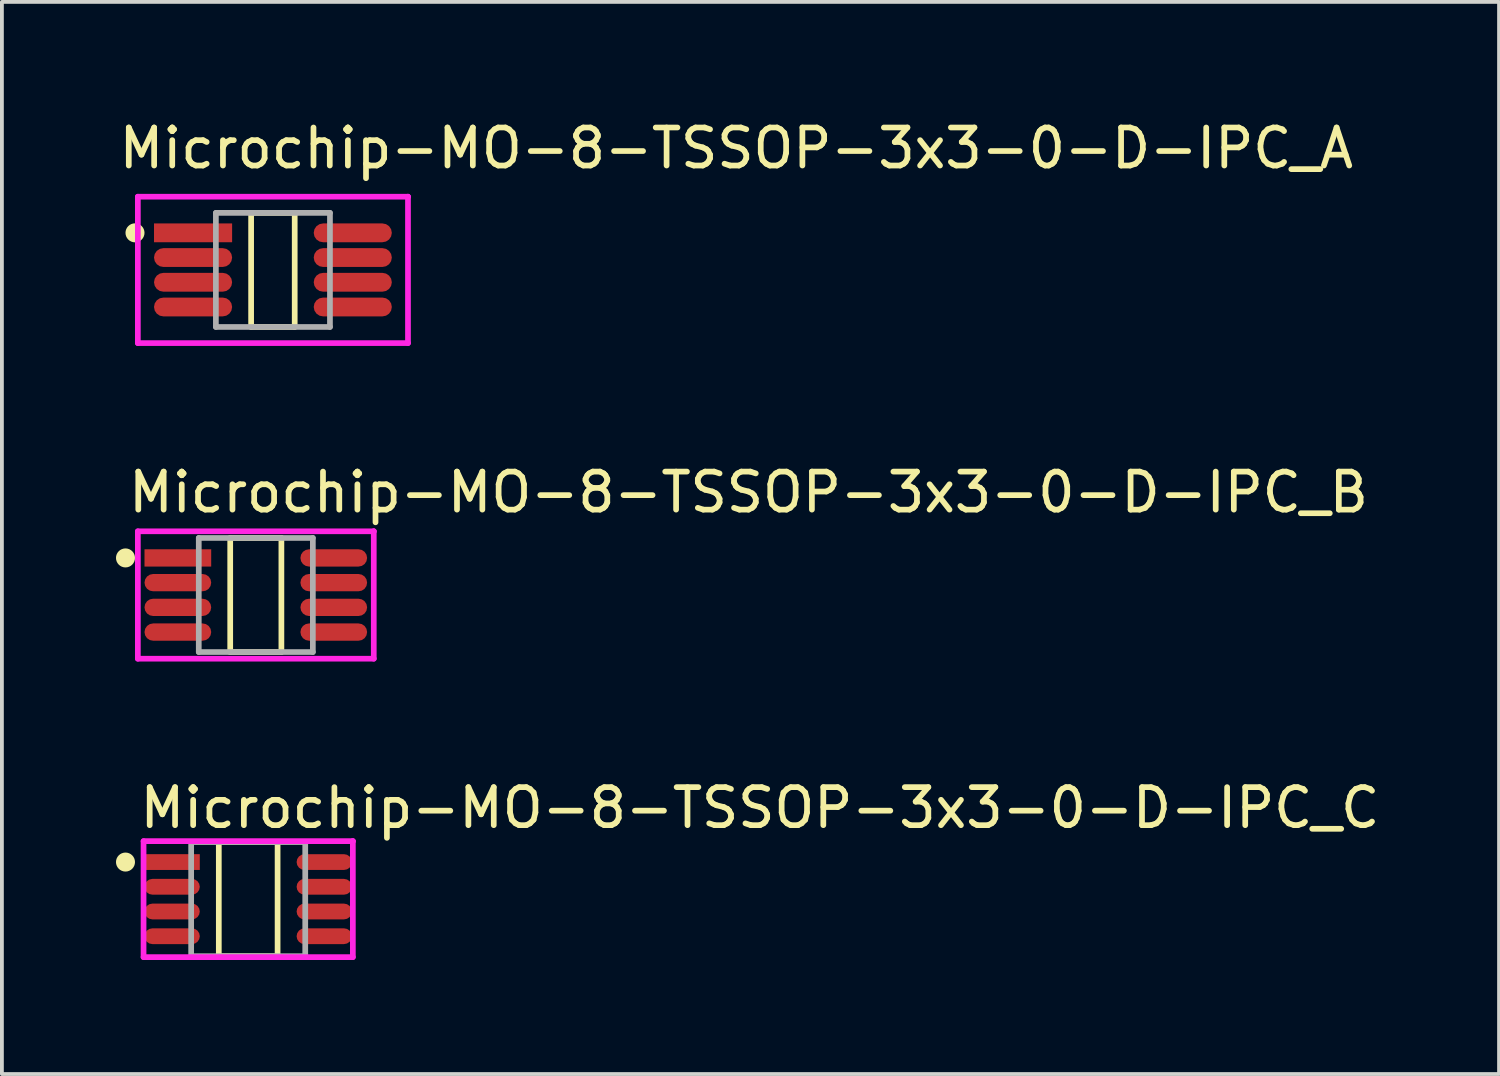
<source format=kicad_pcb>
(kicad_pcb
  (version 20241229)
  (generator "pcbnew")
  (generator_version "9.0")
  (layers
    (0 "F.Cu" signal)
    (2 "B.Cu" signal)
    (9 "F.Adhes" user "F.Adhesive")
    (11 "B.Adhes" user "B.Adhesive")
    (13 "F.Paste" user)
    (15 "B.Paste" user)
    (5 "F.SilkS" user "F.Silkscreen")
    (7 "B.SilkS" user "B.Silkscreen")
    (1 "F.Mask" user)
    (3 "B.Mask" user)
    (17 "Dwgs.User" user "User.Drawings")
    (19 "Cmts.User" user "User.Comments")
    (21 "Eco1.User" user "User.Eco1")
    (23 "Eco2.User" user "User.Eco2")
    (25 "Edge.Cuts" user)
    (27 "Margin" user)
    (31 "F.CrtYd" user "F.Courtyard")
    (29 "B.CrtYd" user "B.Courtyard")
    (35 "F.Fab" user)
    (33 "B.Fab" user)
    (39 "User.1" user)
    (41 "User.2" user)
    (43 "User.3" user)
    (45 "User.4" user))
  (footprint "Microchip-MO-8-TSSOP-3x3-0-D-IPC_C"
    (layer "F.Cu")
    (at 3.477 20.595)
    (property "Reference" "Microchip-MO-8-TSSOP-3x3-0-D-IPC_C" (at -2.927 -2.4 0) (layer "F.SilkS") (effects (font (size 1 1) (thickness 0.15)) (justify left)))
    (attr through_hole)
    (fp_line (start -0.773 -1.5) (end 0.773 -1.5) (stroke (width 0.15) (type solid)) (layer "F.SilkS"))
    (fp_line (start -0.773 1.5) (end -0.773 -1.5) (stroke (width 0.15) (type solid)) (layer "F.SilkS"))
    (fp_line (start 0.773 -1.5) (end 0.773 1.5) (stroke (width 0.15) (type solid)) (layer "F.SilkS"))
    (fp_line (start 0.773 1.5) (end -0.773 1.5) (stroke (width 0.15) (type solid)) (layer "F.SilkS"))
    (fp_circle (center -3.227 -0.975) (end -3.102 -0.975) (stroke (width 0.25) (type solid)) (fill no) (layer "F.SilkS"))
    (fp_line (start -2.752 -1.525) (end -2.752 1.525) (stroke (width 0.15) (type solid)) (layer "F.CrtYd"))
    (fp_line (start -2.752 1.525) (end 2.752 1.525) (stroke (width 0.15) (type solid)) (layer "F.CrtYd"))
    (fp_line (start 2.752 -1.525) (end -2.752 -1.525) (stroke (width 0.15) (type solid)) (layer "F.CrtYd"))
    (fp_line (start 2.752 -1.525) (end 2.752 -1.525) (stroke (width 0.15) (type solid)) (layer "F.CrtYd"))
    (fp_line (start 2.752 1.525) (end 2.752 -1.525) (stroke (width 0.15) (type solid)) (layer "F.CrtYd"))
    (fp_line (start -1.5 -1.5) (end 1.5 -1.5) (stroke (width 0.15) (type solid)) (layer "F.Fab"))
    (fp_line (start -1.5 1.5) (end -1.5 -1.5) (stroke (width 0.15) (type solid)) (layer "F.Fab"))
    (fp_line (start 1.5 -1.5) (end 1.5 1.5) (stroke (width 0.15) (type solid)) (layer "F.Fab"))
    (fp_line (start 1.5 1.5) (end -1.5 1.5) (stroke (width 0.15) (type solid)) (layer "F.Fab"))
    (pad "1" smd rect (at -2 -0.975) (size 1.454 0.415) (layers "F.Cu" "F.Mask" "F.Paste"))
    (pad "2" smd roundrect (at -2 -0.325) (size 1.454 0.415) (layers "F.Cu" "F.Mask" "F.Paste") (roundrect_rratio 0.5))
    (pad "3" smd roundrect (at -2 0.325) (size 1.454 0.415) (layers "F.Cu" "F.Mask" "F.Paste") (roundrect_rratio 0.5))
    (pad "4" smd roundrect (at -2 0.975) (size 1.454 0.415) (layers "F.Cu" "F.Mask" "F.Paste") (roundrect_rratio 0.5))
    (pad "5" smd roundrect (at 2 0.975) (size 1.454 0.415) (layers "F.Cu" "F.Mask" "F.Paste") (roundrect_rratio 0.5))
    (pad "6" smd roundrect (at 2 0.325) (size 1.454 0.415) (layers "F.Cu" "F.Mask" "F.Paste") (roundrect_rratio 0.5))
    (pad "7" smd roundrect (at 2 -0.325) (size 1.454 0.415) (layers "F.Cu" "F.Mask" "F.Paste") (roundrect_rratio 0.5))
    (pad "8" smd roundrect (at 2 -0.975) (size 1.454 0.415) (layers "F.Cu" "F.Mask" "F.Paste") (roundrect_rratio 0.5)))
  (footprint "Microchip-MO-8-TSSOP-3x3-0-D-IPC_B"
    (layer "F.Cu")
    (at 3.677 12.597)
    (property "Reference" "Microchip-MO-8-TSSOP-3x3-0-D-IPC_B" (at -3.427 -2.7 0) (layer "F.SilkS") (effects (font (size 1 1) (thickness 0.15)) (justify left)))
    (attr through_hole)
    (fp_line (start -0.673 -1.5) (end 0.673 -1.5) (stroke (width 0.15) (type solid)) (layer "F.SilkS"))
    (fp_line (start -0.673 1.5) (end -0.673 -1.5) (stroke (width 0.15) (type solid)) (layer "F.SilkS"))
    (fp_line (start 0.673 -1.5) (end 0.673 1.5) (stroke (width 0.15) (type solid)) (layer "F.SilkS"))
    (fp_line (start 0.673 1.5) (end -0.673 1.5) (stroke (width 0.15) (type solid)) (layer "F.SilkS"))
    (fp_circle (center -3.427 -0.975) (end -3.302 -0.975) (stroke (width 0.25) (type solid)) (fill no) (layer "F.SilkS"))
    (fp_line (start -3.102 -1.675) (end -3.102 1.675) (stroke (width 0.15) (type solid)) (layer "F.CrtYd"))
    (fp_line (start -3.102 1.675) (end 3.102 1.675) (stroke (width 0.15) (type solid)) (layer "F.CrtYd"))
    (fp_line (start 3.102 -1.675) (end -3.102 -1.675) (stroke (width 0.15) (type solid)) (layer "F.CrtYd"))
    (fp_line (start 3.102 -1.675) (end 3.102 -1.675) (stroke (width 0.15) (type solid)) (layer "F.CrtYd"))
    (fp_line (start 3.102 1.675) (end 3.102 -1.675) (stroke (width 0.15) (type solid)) (layer "F.CrtYd"))
    (fp_line (start -1.5 -1.5) (end 1.5 -1.5) (stroke (width 0.15) (type solid)) (layer "F.Fab"))
    (fp_line (start -1.5 1.5) (end -1.5 -1.5) (stroke (width 0.15) (type solid)) (layer "F.Fab"))
    (fp_line (start 1.5 -1.5) (end 1.5 1.5) (stroke (width 0.15) (type solid)) (layer "F.Fab"))
    (fp_line (start 1.5 1.5) (end -1.5 1.5) (stroke (width 0.15) (type solid)) (layer "F.Fab"))
    (pad "1" smd rect (at -2.05 -0.975) (size 1.754 0.455) (layers "F.Cu" "F.Mask" "F.Paste"))
    (pad "2" smd roundrect (at -2.05 -0.325) (size 1.754 0.455) (layers "F.Cu" "F.Mask" "F.Paste") (roundrect_rratio 0.5))
    (pad "3" smd roundrect (at -2.05 0.325) (size 1.754 0.455) (layers "F.Cu" "F.Mask" "F.Paste") (roundrect_rratio 0.5))
    (pad "4" smd roundrect (at -2.05 0.975) (size 1.754 0.455) (layers "F.Cu" "F.Mask" "F.Paste") (roundrect_rratio 0.5))
    (pad "5" smd roundrect (at 2.05 0.975) (size 1.754 0.455) (layers "F.Cu" "F.Mask" "F.Paste") (roundrect_rratio 0.5))
    (pad "6" smd roundrect (at 2.05 0.325) (size 1.754 0.455) (layers "F.Cu" "F.Mask" "F.Paste") (roundrect_rratio 0.5))
    (pad "7" smd roundrect (at 2.05 -0.325) (size 1.754 0.455) (layers "F.Cu" "F.Mask" "F.Paste") (roundrect_rratio 0.5))
    (pad "8" smd roundrect (at 2.05 -0.975) (size 1.754 0.455) (layers "F.Cu" "F.Mask" "F.Paste") (roundrect_rratio 0.5)))
  (footprint "Microchip-MO-8-TSSOP-3x3-0-D-IPC_A"
    (layer "F.Cu")
    (at 4.127 4.048)
    (property "Reference" "Microchip-MO-8-TSSOP-3x3-0-D-IPC_A" (at -4.127 -3.2 0) (layer "F.SilkS") (effects (font (size 1 1) (thickness 0.15)) (justify left)))
    (attr through_hole)
    (fp_line (start -0.573 -1.5) (end 0.573 -1.5) (stroke (width 0.15) (type solid)) (layer "F.SilkS"))
    (fp_line (start -0.573 1.5) (end -0.573 -1.5) (stroke (width 0.15) (type solid)) (layer "F.SilkS"))
    (fp_line (start 0.573 -1.5) (end 0.573 1.5) (stroke (width 0.15) (type solid)) (layer "F.SilkS"))
    (fp_line (start 0.573 1.5) (end -0.573 1.5) (stroke (width 0.15) (type solid)) (layer "F.SilkS"))
    (fp_circle (center -3.627 -0.975) (end -3.502 -0.975) (stroke (width 0.25) (type solid)) (fill no) (layer "F.SilkS"))
    (fp_line (start -3.552 -1.925) (end -3.552 1.925) (stroke (width 0.15) (type solid)) (layer "F.CrtYd"))
    (fp_line (start -3.552 1.925) (end 3.552 1.925) (stroke (width 0.15) (type solid)) (layer "F.CrtYd"))
    (fp_line (start 3.552 -1.925) (end -3.552 -1.925) (stroke (width 0.15) (type solid)) (layer "F.CrtYd"))
    (fp_line (start 3.552 -1.925) (end 3.552 -1.925) (stroke (width 0.15) (type solid)) (layer "F.CrtYd"))
    (fp_line (start 3.552 1.925) (end 3.552 -1.925) (stroke (width 0.15) (type solid)) (layer "F.CrtYd"))
    (fp_line (start -1.5 -1.5) (end 1.5 -1.5) (stroke (width 0.15) (type solid)) (layer "F.Fab"))
    (fp_line (start -1.5 1.5) (end -1.5 -1.5) (stroke (width 0.15) (type solid)) (layer "F.Fab"))
    (fp_line (start 1.5 -1.5) (end 1.5 1.5) (stroke (width 0.15) (type solid)) (layer "F.Fab"))
    (fp_line (start 1.5 1.5) (end -1.5 1.5) (stroke (width 0.15) (type solid)) (layer "F.Fab"))
    (pad "1" smd rect (at -2.1 -0.975) (size 2.054 0.495) (layers "F.Cu" "F.Mask" "F.Paste"))
    (pad "2" smd roundrect (at -2.1 -0.325) (size 2.054 0.495) (layers "F.Cu" "F.Mask" "F.Paste") (roundrect_rratio 0.5))
    (pad "3" smd roundrect (at -2.1 0.325) (size 2.054 0.495) (layers "F.Cu" "F.Mask" "F.Paste") (roundrect_rratio 0.5))
    (pad "4" smd roundrect (at -2.1 0.975) (size 2.054 0.495) (layers "F.Cu" "F.Mask" "F.Paste") (roundrect_rratio 0.5))
    (pad "5" smd roundrect (at 2.1 0.975) (size 2.054 0.495) (layers "F.Cu" "F.Mask" "F.Paste") (roundrect_rratio 0.5))
    (pad "6" smd roundrect (at 2.1 0.325) (size 2.054 0.495) (layers "F.Cu" "F.Mask" "F.Paste") (roundrect_rratio 0.5))
    (pad "7" smd roundrect (at 2.1 -0.325) (size 2.054 0.495) (layers "F.Cu" "F.Mask" "F.Paste") (roundrect_rratio 0.5))
    (pad "8" smd roundrect (at 2.1 -0.975) (size 2.054 0.495) (layers "F.Cu" "F.Mask" "F.Paste") (roundrect_rratio 0.5)))
  (gr_rect
    (start -3 -3)
    (end 36.371 25.195)
    (stroke (width 0.1) (type default))
    (fill no)
    (layer "Edge.Cuts")))
</source>
